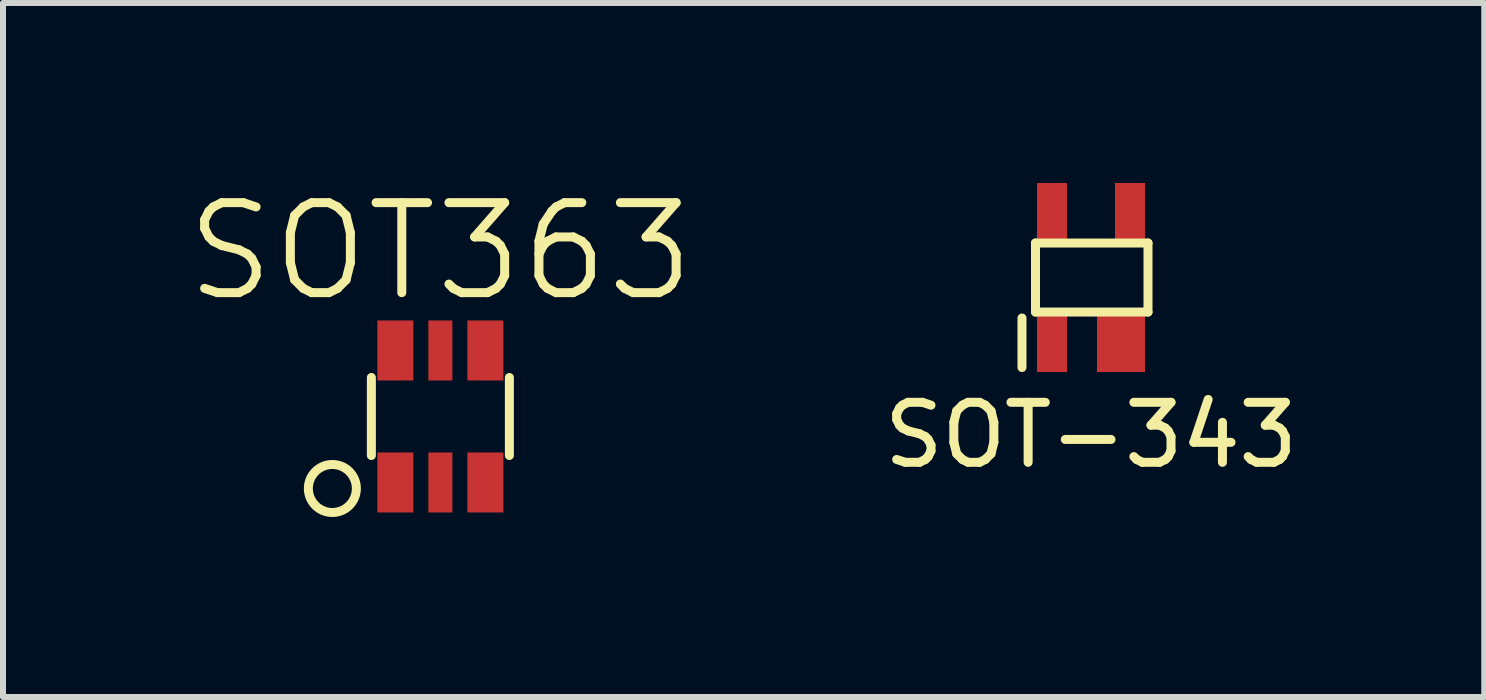
<source format=kicad_pcb>
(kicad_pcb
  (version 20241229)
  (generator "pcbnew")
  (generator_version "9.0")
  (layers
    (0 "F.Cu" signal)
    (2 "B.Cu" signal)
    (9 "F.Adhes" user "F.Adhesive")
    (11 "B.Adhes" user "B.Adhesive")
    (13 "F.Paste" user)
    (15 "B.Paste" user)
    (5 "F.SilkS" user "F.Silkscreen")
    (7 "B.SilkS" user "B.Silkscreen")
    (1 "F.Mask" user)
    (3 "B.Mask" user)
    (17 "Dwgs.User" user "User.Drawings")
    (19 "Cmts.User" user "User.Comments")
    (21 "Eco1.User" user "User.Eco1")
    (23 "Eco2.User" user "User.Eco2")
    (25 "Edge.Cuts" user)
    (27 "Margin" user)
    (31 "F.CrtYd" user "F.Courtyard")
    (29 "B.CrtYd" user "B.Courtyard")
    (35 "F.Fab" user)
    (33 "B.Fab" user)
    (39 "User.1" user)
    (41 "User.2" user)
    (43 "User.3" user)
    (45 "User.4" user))
  (footprint "SOT-343"
    (layer "F.Cu")
    (at 15.132 1.575)
    (property "Reference" "SOT-343" (at 0 2.625 0) (layer "F.SilkS") (effects (font (size 1 1) (thickness 0.15))))
    (attr through_hole)
    (fp_line (start -1.15 0.675) (end -1.15 1.5) (stroke (width 0.15) (type solid)) (layer "F.SilkS"))
    (fp_line (start -0.925 -0.575) (end 0.95 -0.575) (stroke (width 0.15) (type solid)) (layer "F.SilkS"))
    (fp_line (start -0.925 0.575) (end -0.925 -0.575) (stroke (width 0.15) (type solid)) (layer "F.SilkS"))
    (fp_line (start 0.95 -0.575) (end 0.95 0.575) (stroke (width 0.15) (type solid)) (layer "F.SilkS"))
    (fp_line (start 0.95 0.575) (end -0.925 0.575) (stroke (width 0.15) (type solid)) (layer "F.SilkS"))
    (pad "1" smd rect (at -0.65 1.1) (size 0.5 0.95) (layers "F.Cu" "F.Mask" "F.Paste"))
    (pad "2" smd rect (at 0.5 1.1) (size 0.8 0.95) (layers "F.Cu" "F.Mask" "F.Paste"))
    (pad "3" smd rect (at 0.65 -1.1) (size 0.5 0.95) (layers "F.Cu" "F.Mask" "F.Paste"))
    (pad "4" smd rect (at -0.65 -1.1) (size 0.5 0.95) (layers "F.Cu" "F.Mask" "F.Paste")))
  (footprint "SOT363"
    (layer "F.Cu")
    (at 4.289 3.891)
    (property "Reference" "SOT363" (at 0 -2.75 0) (layer "F.SilkS") (effects (font (size 1.5 1.5) (thickness 0.15))))
    (attr through_hole)
    (fp_line (start -1.15 0.65) (end -1.15 -0.65) (stroke (width 0.15) (type solid)) (layer "F.SilkS"))
    (fp_line (start 1.15 -0.65) (end 1.15 0.65) (stroke (width 0.15) (type solid)) (layer "F.SilkS"))
    (fp_circle (center -1.8 1.2) (end -1.4 1.2) (stroke (width 0.15) (type solid)) (fill no) (layer "F.SilkS"))
    (pad "1" smd rect (at -0.75 1.1) (size 0.6 1) (layers "F.Cu" "F.Mask" "F.Paste"))
    (pad "2" smd rect (at 0 1.1) (size 0.4 1) (layers "F.Cu" "F.Mask" "F.Paste"))
    (pad "3" smd rect (at 0.75 1.1) (size 0.6 1) (layers "F.Cu" "F.Mask" "F.Paste"))
    (pad "4" smd rect (at 0.75 -1.1) (size 0.6 1) (layers "F.Cu" "F.Mask" "F.Paste"))
    (pad "5" smd rect (at 0 -1.1) (size 0.4 1) (layers "F.Cu" "F.Mask" "F.Paste"))
    (pad "6" smd rect (at -0.75 -1.1) (size 0.6 1) (layers "F.Cu" "F.Mask" "F.Paste")))
  (gr_rect
    (start -3 -3)
    (end 21.686 8.566)
    (stroke (width 0.1) (type default))
    (fill no)
    (layer "Edge.Cuts")))
</source>
